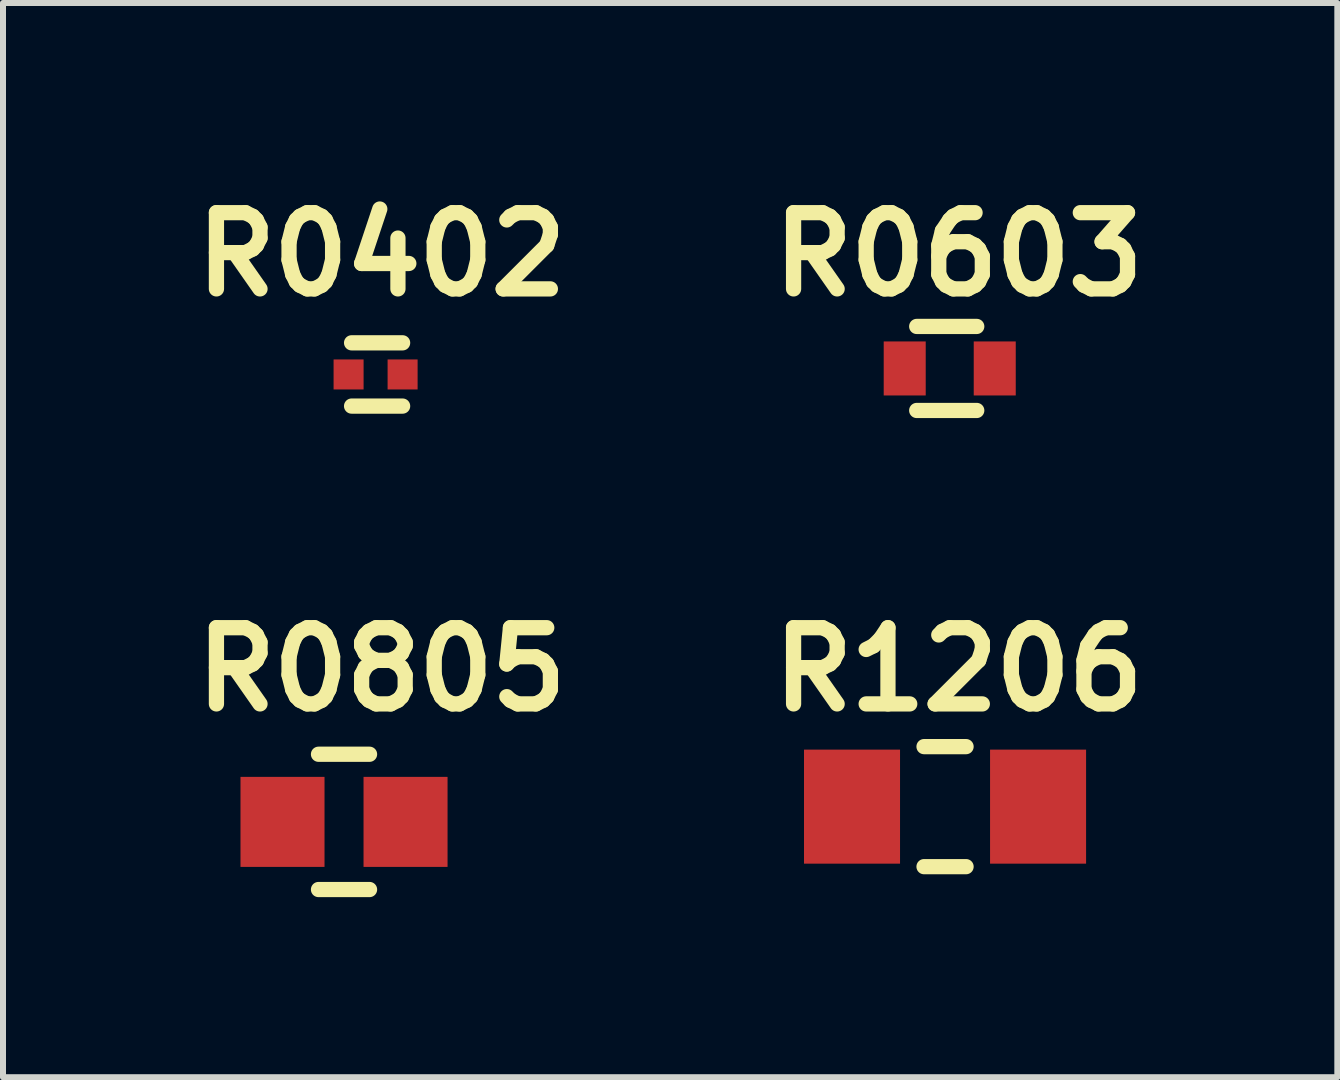
<source format=kicad_pcb>
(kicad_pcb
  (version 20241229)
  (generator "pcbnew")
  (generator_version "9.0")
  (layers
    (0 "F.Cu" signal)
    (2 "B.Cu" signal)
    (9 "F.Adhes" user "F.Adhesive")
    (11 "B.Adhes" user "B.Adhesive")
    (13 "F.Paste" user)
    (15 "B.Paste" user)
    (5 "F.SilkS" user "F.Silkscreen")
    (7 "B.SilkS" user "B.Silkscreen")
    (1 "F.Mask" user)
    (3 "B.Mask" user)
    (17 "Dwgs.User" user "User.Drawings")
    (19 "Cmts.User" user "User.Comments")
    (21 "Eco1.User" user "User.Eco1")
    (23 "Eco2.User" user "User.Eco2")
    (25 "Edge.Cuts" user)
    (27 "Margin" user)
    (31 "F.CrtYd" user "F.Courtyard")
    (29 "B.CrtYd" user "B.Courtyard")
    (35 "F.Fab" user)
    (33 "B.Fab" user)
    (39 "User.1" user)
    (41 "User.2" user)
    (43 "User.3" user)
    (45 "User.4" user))
  (footprint "R0603"
    (layer "F.Cu")
    (at 12.024 3.089)
    (property "Reference" "R0603" (at 0.9 -1.9 0) (layer "F.SilkS") (effects (font (size 1.27 1.27) (thickness 0.254))))
    (attr smd)
    (fp_line (start 0.2 -0.7) (end 1.2 -0.7) (stroke (width 0.254) (type solid)) (layer "F.SilkS"))
    (fp_line (start 0.2 0.7) (end 1.2 0.7) (stroke (width 0.254) (type solid)) (layer "F.SilkS"))
    (pad "1" smd rect (at 0 0) (size 0.7 0.9) (layers "F.Cu" "F.Mask" "F.Paste"))
    (pad "2" smd rect (at 1.5 0) (size 0.7 0.9) (layers "F.Cu" "F.Mask" "F.Paste")))
  (footprint "R0805"
    (layer "F.Cu")
    (at 1.657 10.644)
    (property "Reference" "R0805" (at 1.651 -2.54 0) (layer "F.SilkS") (effects (font (size 1.27 1.27) (thickness 0.254))))
    (attr smd)
    (fp_line (start 0.6 -1.127) (end 1.45 -1.127) (stroke (width 0.254) (type solid)) (layer "F.SilkS"))
    (fp_line (start 0.6 1.127) (end 1.45 1.127) (stroke (width 0.254) (type solid)) (layer "F.SilkS"))
    (pad "1" smd rect (at 0 0) (size 1.4 1.5) (layers "F.Cu" "F.Mask" "F.Paste"))
    (pad "2" smd rect (at 2.05 0) (size 1.4 1.5) (layers "F.Cu" "F.Mask" "F.Paste")))
  (footprint "R0402"
    (layer "F.Cu")
    (at 3.208 3.189)
    (property "Reference" "R0402" (at 0.1 -2 0) (layer "F.SilkS") (effects (font (size 1.27 1.27) (thickness 0.254))))
    (attr through_hole)
    (fp_line (start -0.4 -0.527) (end 0.45 -0.527) (stroke (width 0.254) (type solid)) (layer "F.SilkS"))
    (fp_line (start -0.4 0.527) (end 0.45 0.527) (stroke (width 0.254) (type solid)) (layer "F.SilkS"))
    (pad "1" smd rect (at -0.45 0) (size 0.5 0.5) (layers "F.Cu" "F.Mask" "F.Paste"))
    (pad "2" smd rect (at 0.45 0) (size 0.5 0.5) (layers "F.Cu" "F.Mask" "F.Paste")))
  (footprint "R1206"
    (layer "F.Cu")
    (at 11.146 10.39)
    (property "Reference" "R1206" (at 1.778 -2.286 0) (layer "F.SilkS") (effects (font (size 1.27 1.27) (thickness 0.254))))
    (attr smd)
    (fp_line (start 1.2 -1) (end 1.9 -1) (stroke (width 0.254) (type solid)) (layer "F.SilkS"))
    (fp_line (start 1.2 1) (end 1.9 1) (stroke (width 0.254) (type solid)) (layer "F.SilkS"))
    (pad "1" smd rect (at 0 0) (size 1.6 1.9) (layers "F.Cu" "F.Mask" "F.Paste"))
    (pad "2" smd rect (at 3.1 0) (size 1.6 1.9) (layers "F.Cu" "F.Mask" "F.Paste")))
  (gr_rect
    (start -3 -3)
    (end 19.232 14.898)
    (stroke (width 0.1) (type default))
    (fill no)
    (layer "Edge.Cuts")))
</source>
